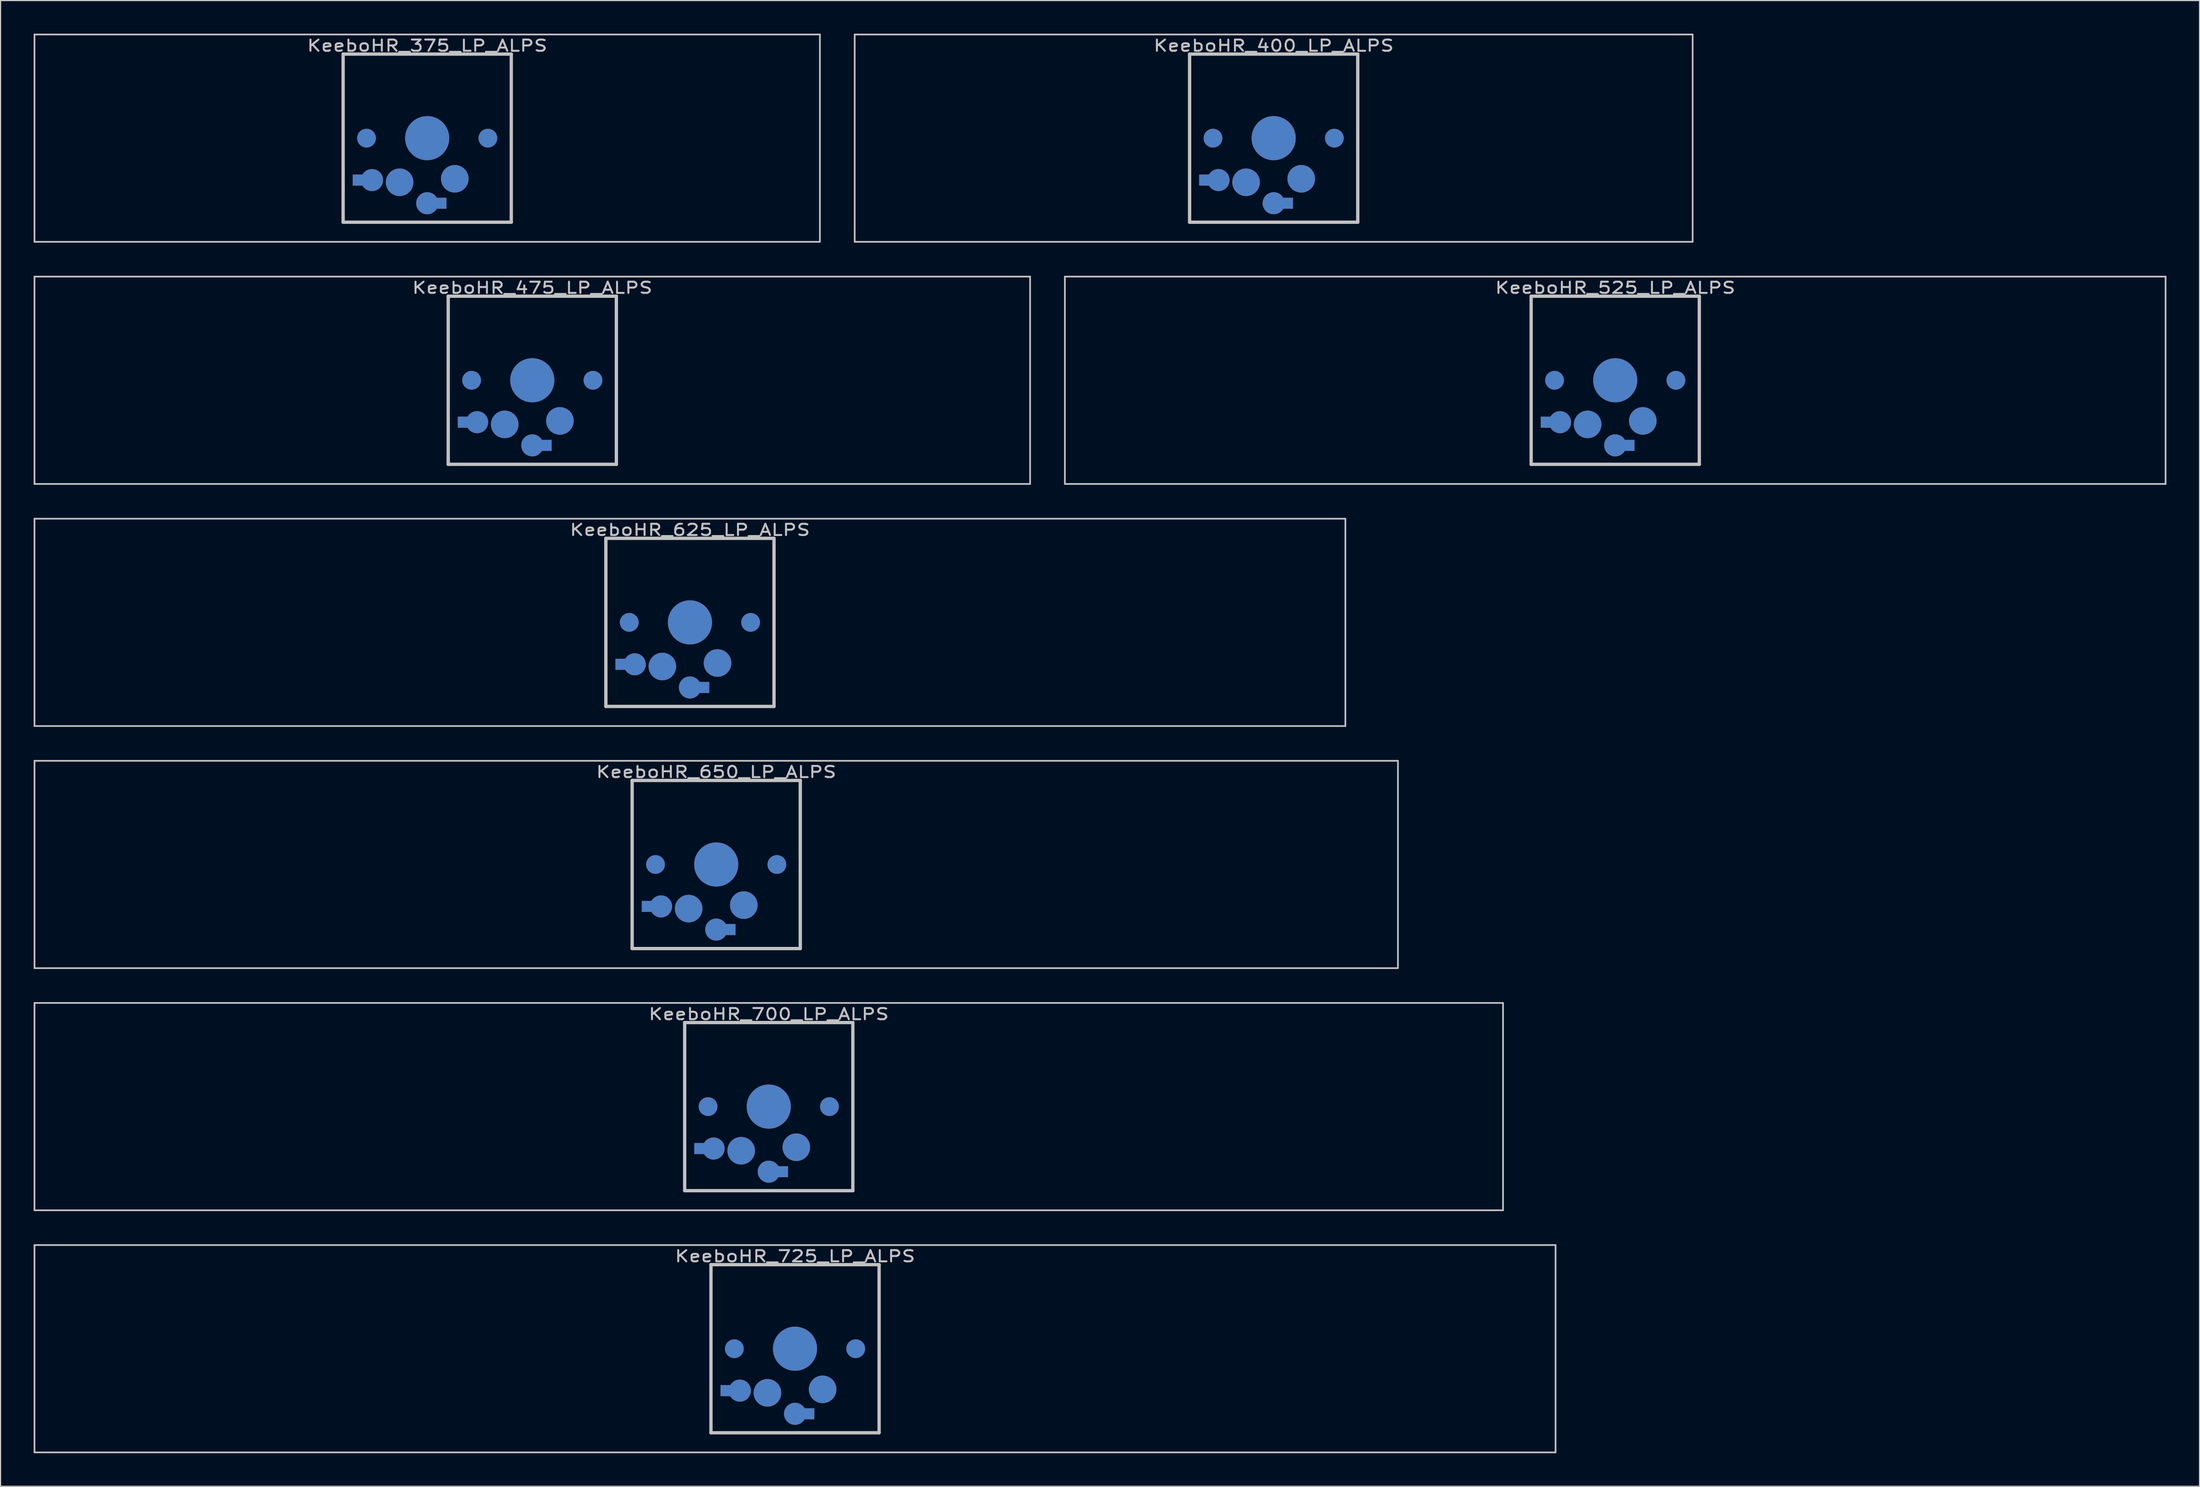
<source format=kicad_pcb>
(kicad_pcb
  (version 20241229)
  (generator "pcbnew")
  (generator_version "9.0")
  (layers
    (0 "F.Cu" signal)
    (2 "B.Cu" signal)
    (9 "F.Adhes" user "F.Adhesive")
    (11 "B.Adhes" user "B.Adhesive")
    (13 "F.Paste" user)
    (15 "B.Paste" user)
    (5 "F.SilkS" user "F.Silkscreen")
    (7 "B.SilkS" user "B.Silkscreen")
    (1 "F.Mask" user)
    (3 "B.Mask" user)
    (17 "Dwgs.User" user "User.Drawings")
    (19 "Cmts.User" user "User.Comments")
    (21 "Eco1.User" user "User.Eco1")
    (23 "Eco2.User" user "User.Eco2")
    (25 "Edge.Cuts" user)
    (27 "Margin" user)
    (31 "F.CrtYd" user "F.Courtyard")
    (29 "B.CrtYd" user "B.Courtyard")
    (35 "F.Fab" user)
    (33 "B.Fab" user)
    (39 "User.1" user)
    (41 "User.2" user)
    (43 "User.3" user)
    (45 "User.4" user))
  (footprint "KeeboHR_625_LP_ALPS"
    (layer "F.Cu")
    (at 59.48 53.371)
    (property "Reference" "KeeboHR_625_LP_ALPS" (at 0 -8.382 0) (layer "Dwgs.User") (effects (font (size 1.016 1.27) (thickness 0.178))))
    (attr through_hole)
    (fp_line (start -59.404 -9.398) (end 59.404 -9.398) (stroke (width 0.152) (type solid)) (layer "Dwgs.User"))
    (fp_line (start -59.404 9.398) (end -59.404 -9.398) (stroke (width 0.152) (type solid)) (layer "Dwgs.User"))
    (fp_line (start -7.62 -7.62) (end 7.62 -7.62) (stroke (width 0.3) (type solid)) (layer "Dwgs.User"))
    (fp_line (start -7.62 7.62) (end -7.62 -7.62) (stroke (width 0.3) (type solid)) (layer "Dwgs.User"))
    (fp_line (start 7.62 -7.62) (end 7.62 7.62) (stroke (width 0.3) (type solid)) (layer "Dwgs.User"))
    (fp_line (start 7.62 7.62) (end -7.62 7.62) (stroke (width 0.3) (type solid)) (layer "Dwgs.User"))
    (fp_line (start 59.404 -9.398) (end 59.404 9.398) (stroke (width 0.152) (type solid)) (layer "Dwgs.User"))
    (fp_line (start 59.404 9.398) (end -59.404 9.398) (stroke (width 0.152) (type solid)) (layer "Dwgs.User"))
    (pad "" smd circle (at -5.5 0) (size 1.7 1.7) (layers "*.Cu" "*.Mask"))
    (pad "" smd circle (at 0 0) (size 4 4) (layers "*.Cu" "*.Mask"))
    (pad "" smd circle (at 5.5 0) (size 1.7 1.7) (layers "*.Cu" "*.Mask"))
    (pad "1" smd circle (at 0 5.9) (size 2 2) (layers "*.Cu" "*.Mask"))
    (pad "1" smd rect (at 1.25 5.9) (size 1 1) (layers "*.Cu" "*.Mask"))
    (pad "1" smd circle (at 2.5 3.683) (size 2.5 2.5) (layers "*.Cu" "*.Mask"))
    (pad "2" smd rect (at -6.25 3.8) (size 1 1) (layers "*.Cu" "*.Mask"))
    (pad "2" smd circle (at -5 3.8) (size 2 2) (layers "*.Cu" "*.Mask"))
    (pad "2" smd circle (at -2.5 4) (size 2.5 2.5) (layers "*.Cu" "*.Mask")))
  (footprint "KeeboHR_725_LP_ALPS"
    (layer "F.Cu")
    (at 69.005 119.216)
    (property "Reference" "KeeboHR_725_LP_ALPS" (at 0 -8.382 0) (layer "Dwgs.User") (effects (font (size 1.016 1.27) (thickness 0.178))))
    (attr through_hole)
    (fp_line (start -68.929 -9.398) (end 68.929 -9.398) (stroke (width 0.152) (type solid)) (layer "Dwgs.User"))
    (fp_line (start -68.929 9.398) (end -68.929 -9.398) (stroke (width 0.152) (type solid)) (layer "Dwgs.User"))
    (fp_line (start -7.62 -7.62) (end 7.62 -7.62) (stroke (width 0.3) (type solid)) (layer "Dwgs.User"))
    (fp_line (start -7.62 7.62) (end -7.62 -7.62) (stroke (width 0.3) (type solid)) (layer "Dwgs.User"))
    (fp_line (start 7.62 -7.62) (end 7.62 7.62) (stroke (width 0.3) (type solid)) (layer "Dwgs.User"))
    (fp_line (start 7.62 7.62) (end -7.62 7.62) (stroke (width 0.3) (type solid)) (layer "Dwgs.User"))
    (fp_line (start 68.929 -9.398) (end 68.929 9.398) (stroke (width 0.152) (type solid)) (layer "Dwgs.User"))
    (fp_line (start 68.929 9.398) (end -68.929 9.398) (stroke (width 0.152) (type solid)) (layer "Dwgs.User"))
    (pad "" smd circle (at -5.5 0) (size 1.7 1.7) (layers "*.Cu" "*.Mask"))
    (pad "" smd circle (at 0 0) (size 4 4) (layers "*.Cu" "*.Mask"))
    (pad "" smd circle (at 5.5 0) (size 1.7 1.7) (layers "*.Cu" "*.Mask"))
    (pad "1" smd circle (at 0 5.9) (size 2 2) (layers "*.Cu" "*.Mask"))
    (pad "1" smd rect (at 1.25 5.9) (size 1 1) (layers "*.Cu" "*.Mask"))
    (pad "1" smd circle (at 2.5 3.683) (size 2.5 2.5) (layers "*.Cu" "*.Mask"))
    (pad "2" smd rect (at -6.25 3.8) (size 1 1) (layers "*.Cu" "*.Mask"))
    (pad "2" smd circle (at -5 3.8) (size 2 2) (layers "*.Cu" "*.Mask"))
    (pad "2" smd circle (at -2.5 4) (size 2.5 2.5) (layers "*.Cu" "*.Mask")))
  (footprint "KeeboHR_525_LP_ALPS"
    (layer "F.Cu")
    (at 143.341 31.423)
    (property "Reference" "KeeboHR_525_LP_ALPS" (at 0 -8.382 0) (layer "Dwgs.User") (effects (font (size 1.016 1.27) (thickness 0.178))))
    (attr through_hole)
    (fp_line (start -49.879 -9.398) (end 49.879 -9.398) (stroke (width 0.152) (type solid)) (layer "Dwgs.User"))
    (fp_line (start -49.879 9.398) (end -49.879 -9.398) (stroke (width 0.152) (type solid)) (layer "Dwgs.User"))
    (fp_line (start -7.62 -7.62) (end 7.62 -7.62) (stroke (width 0.3) (type solid)) (layer "Dwgs.User"))
    (fp_line (start -7.62 7.62) (end -7.62 -7.62) (stroke (width 0.3) (type solid)) (layer "Dwgs.User"))
    (fp_line (start 7.62 -7.62) (end 7.62 7.62) (stroke (width 0.3) (type solid)) (layer "Dwgs.User"))
    (fp_line (start 7.62 7.62) (end -7.62 7.62) (stroke (width 0.3) (type solid)) (layer "Dwgs.User"))
    (fp_line (start 49.879 -9.398) (end 49.879 9.398) (stroke (width 0.152) (type solid)) (layer "Dwgs.User"))
    (fp_line (start 49.879 9.398) (end -49.879 9.398) (stroke (width 0.152) (type solid)) (layer "Dwgs.User"))
    (pad "" smd circle (at -5.5 0) (size 1.7 1.7) (layers "*.Cu" "*.Mask"))
    (pad "" smd circle (at 0 0) (size 4 4) (layers "*.Cu" "*.Mask"))
    (pad "" smd circle (at 5.5 0) (size 1.7 1.7) (layers "*.Cu" "*.Mask"))
    (pad "1" smd circle (at 0 5.9) (size 2 2) (layers "*.Cu" "*.Mask"))
    (pad "1" smd rect (at 1.25 5.9) (size 1 1) (layers "*.Cu" "*.Mask"))
    (pad "1" smd circle (at 2.5 3.683) (size 2.5 2.5) (layers "*.Cu" "*.Mask"))
    (pad "2" smd rect (at -6.25 3.8) (size 1 1) (layers "*.Cu" "*.Mask"))
    (pad "2" smd circle (at -5 3.8) (size 2 2) (layers "*.Cu" "*.Mask"))
    (pad "2" smd circle (at -2.5 4) (size 2.5 2.5) (layers "*.Cu" "*.Mask")))
  (footprint "KeeboHR_475_LP_ALPS"
    (layer "F.Cu")
    (at 45.193 31.423)
    (property "Reference" "KeeboHR_475_LP_ALPS" (at 0 -8.382 0) (layer "Dwgs.User") (effects (font (size 1.016 1.27) (thickness 0.178))))
    (attr through_hole)
    (fp_line (start -45.117 -9.398) (end 45.117 -9.398) (stroke (width 0.152) (type solid)) (layer "Dwgs.User"))
    (fp_line (start -45.117 9.398) (end -45.117 -9.398) (stroke (width 0.152) (type solid)) (layer "Dwgs.User"))
    (fp_line (start -7.62 -7.62) (end 7.62 -7.62) (stroke (width 0.3) (type solid)) (layer "Dwgs.User"))
    (fp_line (start -7.62 7.62) (end -7.62 -7.62) (stroke (width 0.3) (type solid)) (layer "Dwgs.User"))
    (fp_line (start 7.62 -7.62) (end 7.62 7.62) (stroke (width 0.3) (type solid)) (layer "Dwgs.User"))
    (fp_line (start 7.62 7.62) (end -7.62 7.62) (stroke (width 0.3) (type solid)) (layer "Dwgs.User"))
    (fp_line (start 45.117 -9.398) (end 45.117 9.398) (stroke (width 0.152) (type solid)) (layer "Dwgs.User"))
    (fp_line (start 45.117 9.398) (end -45.117 9.398) (stroke (width 0.152) (type solid)) (layer "Dwgs.User"))
    (pad "" smd circle (at -5.5 0) (size 1.7 1.7) (layers "*.Cu" "*.Mask"))
    (pad "" smd circle (at 0 0) (size 4 4) (layers "*.Cu" "*.Mask"))
    (pad "" smd circle (at 5.5 0) (size 1.7 1.7) (layers "*.Cu" "*.Mask"))
    (pad "1" smd circle (at 0 5.9) (size 2 2) (layers "*.Cu" "*.Mask"))
    (pad "1" smd rect (at 1.25 5.9) (size 1 1) (layers "*.Cu" "*.Mask"))
    (pad "1" smd circle (at 2.5 3.683) (size 2.5 2.5) (layers "*.Cu" "*.Mask"))
    (pad "2" smd rect (at -6.25 3.8) (size 1 1) (layers "*.Cu" "*.Mask"))
    (pad "2" smd circle (at -5 3.8) (size 2 2) (layers "*.Cu" "*.Mask"))
    (pad "2" smd circle (at -2.5 4) (size 2.5 2.5) (layers "*.Cu" "*.Mask")))
  (footprint "KeeboHR_400_LP_ALPS"
    (layer "F.Cu")
    (at 112.385 9.474)
    (property "Reference" "KeeboHR_400_LP_ALPS" (at 0 -8.382 0) (layer "Dwgs.User") (effects (font (size 1.016 1.27) (thickness 0.178))))
    (attr through_hole)
    (fp_line (start -37.973 -9.398) (end 37.973 -9.398) (stroke (width 0.152) (type solid)) (layer "Dwgs.User"))
    (fp_line (start -37.973 9.398) (end -37.973 -9.398) (stroke (width 0.152) (type solid)) (layer "Dwgs.User"))
    (fp_line (start -7.62 -7.62) (end 7.62 -7.62) (stroke (width 0.3) (type solid)) (layer "Dwgs.User"))
    (fp_line (start -7.62 7.62) (end -7.62 -7.62) (stroke (width 0.3) (type solid)) (layer "Dwgs.User"))
    (fp_line (start 7.62 -7.62) (end 7.62 7.62) (stroke (width 0.3) (type solid)) (layer "Dwgs.User"))
    (fp_line (start 7.62 7.62) (end -7.62 7.62) (stroke (width 0.3) (type solid)) (layer "Dwgs.User"))
    (fp_line (start 37.973 -9.398) (end 37.973 9.398) (stroke (width 0.152) (type solid)) (layer "Dwgs.User"))
    (fp_line (start 37.973 9.398) (end -37.973 9.398) (stroke (width 0.152) (type solid)) (layer "Dwgs.User"))
    (pad "" smd circle (at -5.5 0) (size 1.7 1.7) (layers "*.Cu" "*.Mask"))
    (pad "" smd circle (at 0 0) (size 4 4) (layers "*.Cu" "*.Mask"))
    (pad "" smd circle (at 5.5 0) (size 1.7 1.7) (layers "*.Cu" "*.Mask"))
    (pad "1" smd circle (at 0 5.9) (size 2 2) (layers "*.Cu" "*.Mask"))
    (pad "1" smd rect (at 1.25 5.9) (size 1 1) (layers "*.Cu" "*.Mask"))
    (pad "1" smd circle (at 2.5 3.683) (size 2.5 2.5) (layers "*.Cu" "*.Mask"))
    (pad "2" smd rect (at -6.25 3.8) (size 1 1) (layers "*.Cu" "*.Mask"))
    (pad "2" smd circle (at -5 3.8) (size 2 2) (layers "*.Cu" "*.Mask"))
    (pad "2" smd circle (at -2.5 4) (size 2.5 2.5) (layers "*.Cu" "*.Mask")))
  (footprint "KeeboHR_700_LP_ALPS"
    (layer "F.Cu")
    (at 66.624 97.268)
    (property "Reference" "KeeboHR_700_LP_ALPS" (at 0 -8.382 0) (layer "Dwgs.User") (effects (font (size 1.016 1.27) (thickness 0.178))))
    (attr through_hole)
    (fp_line (start -66.548 -9.398) (end 66.548 -9.398) (stroke (width 0.152) (type solid)) (layer "Dwgs.User"))
    (fp_line (start -66.548 9.398) (end -66.548 -9.398) (stroke (width 0.152) (type solid)) (layer "Dwgs.User"))
    (fp_line (start -7.62 -7.62) (end 7.62 -7.62) (stroke (width 0.3) (type solid)) (layer "Dwgs.User"))
    (fp_line (start -7.62 7.62) (end -7.62 -7.62) (stroke (width 0.3) (type solid)) (layer "Dwgs.User"))
    (fp_line (start 7.62 -7.62) (end 7.62 7.62) (stroke (width 0.3) (type solid)) (layer "Dwgs.User"))
    (fp_line (start 7.62 7.62) (end -7.62 7.62) (stroke (width 0.3) (type solid)) (layer "Dwgs.User"))
    (fp_line (start 66.548 -9.398) (end 66.548 9.398) (stroke (width 0.152) (type solid)) (layer "Dwgs.User"))
    (fp_line (start 66.548 9.398) (end -66.548 9.398) (stroke (width 0.152) (type solid)) (layer "Dwgs.User"))
    (pad "" smd circle (at -5.5 0) (size 1.7 1.7) (layers "*.Cu" "*.Mask"))
    (pad "" smd circle (at 0 0) (size 4 4) (layers "*.Cu" "*.Mask"))
    (pad "" smd circle (at 5.5 0) (size 1.7 1.7) (layers "*.Cu" "*.Mask"))
    (pad "1" smd circle (at 0 5.9) (size 2 2) (layers "*.Cu" "*.Mask"))
    (pad "1" smd rect (at 1.25 5.9) (size 1 1) (layers "*.Cu" "*.Mask"))
    (pad "1" smd circle (at 2.5 3.683) (size 2.5 2.5) (layers "*.Cu" "*.Mask"))
    (pad "2" smd rect (at -6.25 3.8) (size 1 1) (layers "*.Cu" "*.Mask"))
    (pad "2" smd circle (at -5 3.8) (size 2 2) (layers "*.Cu" "*.Mask"))
    (pad "2" smd circle (at -2.5 4) (size 2.5 2.5) (layers "*.Cu" "*.Mask")))
  (footprint "KeeboHR_650_LP_ALPS"
    (layer "F.Cu")
    (at 61.862 75.319)
    (property "Reference" "KeeboHR_650_LP_ALPS" (at 0 -8.382 0) (layer "Dwgs.User") (effects (font (size 1.016 1.27) (thickness 0.178))))
    (attr through_hole)
    (fp_line (start -61.785 -9.398) (end 61.785 -9.398) (stroke (width 0.152) (type solid)) (layer "Dwgs.User"))
    (fp_line (start -61.785 9.398) (end -61.785 -9.398) (stroke (width 0.152) (type solid)) (layer "Dwgs.User"))
    (fp_line (start -7.62 -7.62) (end 7.62 -7.62) (stroke (width 0.3) (type solid)) (layer "Dwgs.User"))
    (fp_line (start -7.62 7.62) (end -7.62 -7.62) (stroke (width 0.3) (type solid)) (layer "Dwgs.User"))
    (fp_line (start 7.62 -7.62) (end 7.62 7.62) (stroke (width 0.3) (type solid)) (layer "Dwgs.User"))
    (fp_line (start 7.62 7.62) (end -7.62 7.62) (stroke (width 0.3) (type solid)) (layer "Dwgs.User"))
    (fp_line (start 61.785 -9.398) (end 61.785 9.398) (stroke (width 0.152) (type solid)) (layer "Dwgs.User"))
    (fp_line (start 61.785 9.398) (end -61.785 9.398) (stroke (width 0.152) (type solid)) (layer "Dwgs.User"))
    (pad "" smd circle (at -5.5 0) (size 1.7 1.7) (layers "*.Cu" "*.Mask"))
    (pad "" smd circle (at 0 0) (size 4 4) (layers "*.Cu" "*.Mask"))
    (pad "" smd circle (at 5.5 0) (size 1.7 1.7) (layers "*.Cu" "*.Mask"))
    (pad "1" smd circle (at 0 5.9) (size 2 2) (layers "*.Cu" "*.Mask"))
    (pad "1" smd rect (at 1.25 5.9) (size 1 1) (layers "*.Cu" "*.Mask"))
    (pad "1" smd circle (at 2.5 3.683) (size 2.5 2.5) (layers "*.Cu" "*.Mask"))
    (pad "2" smd rect (at -6.25 3.8) (size 1 1) (layers "*.Cu" "*.Mask"))
    (pad "2" smd circle (at -5 3.8) (size 2 2) (layers "*.Cu" "*.Mask"))
    (pad "2" smd circle (at -2.5 4) (size 2.5 2.5) (layers "*.Cu" "*.Mask")))
  (footprint "KeeboHR_375_LP_ALPS"
    (layer "F.Cu")
    (at 35.668 9.474)
    (property "Reference" "KeeboHR_375_LP_ALPS" (at 0 -8.382 0) (layer "Dwgs.User") (effects (font (size 1.016 1.27) (thickness 0.178))))
    (attr through_hole)
    (fp_line (start -35.592 -9.398) (end 35.592 -9.398) (stroke (width 0.152) (type solid)) (layer "Dwgs.User"))
    (fp_line (start -35.592 9.398) (end -35.592 -9.398) (stroke (width 0.152) (type solid)) (layer "Dwgs.User"))
    (fp_line (start -7.62 -7.62) (end 7.62 -7.62) (stroke (width 0.3) (type solid)) (layer "Dwgs.User"))
    (fp_line (start -7.62 7.62) (end -7.62 -7.62) (stroke (width 0.3) (type solid)) (layer "Dwgs.User"))
    (fp_line (start 7.62 -7.62) (end 7.62 7.62) (stroke (width 0.3) (type solid)) (layer "Dwgs.User"))
    (fp_line (start 7.62 7.62) (end -7.62 7.62) (stroke (width 0.3) (type solid)) (layer "Dwgs.User"))
    (fp_line (start 35.592 -9.398) (end 35.592 9.398) (stroke (width 0.152) (type solid)) (layer "Dwgs.User"))
    (fp_line (start 35.592 9.398) (end -35.592 9.398) (stroke (width 0.152) (type solid)) (layer "Dwgs.User"))
    (pad "" smd circle (at -5.5 0) (size 1.7 1.7) (layers "*.Cu" "*.Mask"))
    (pad "" smd circle (at 0 0) (size 4 4) (layers "*.Cu" "*.Mask"))
    (pad "" smd circle (at 5.5 0) (size 1.7 1.7) (layers "*.Cu" "*.Mask"))
    (pad "1" smd circle (at 0 5.9) (size 2 2) (layers "*.Cu" "*.Mask"))
    (pad "1" smd rect (at 1.25 5.9) (size 1 1) (layers "*.Cu" "*.Mask"))
    (pad "1" smd circle (at 2.5 3.683) (size 2.5 2.5) (layers "*.Cu" "*.Mask"))
    (pad "2" smd rect (at -6.25 3.8) (size 1 1) (layers "*.Cu" "*.Mask"))
    (pad "2" smd circle (at -5 3.8) (size 2 2) (layers "*.Cu" "*.Mask"))
    (pad "2" smd circle (at -2.5 4) (size 2.5 2.5) (layers "*.Cu" "*.Mask")))
  (gr_rect
    (start -3 -3)
    (end 196.297 131.69)
    (stroke (width 0.1) (type default))
    (fill no)
    (layer "Edge.Cuts")))
</source>
